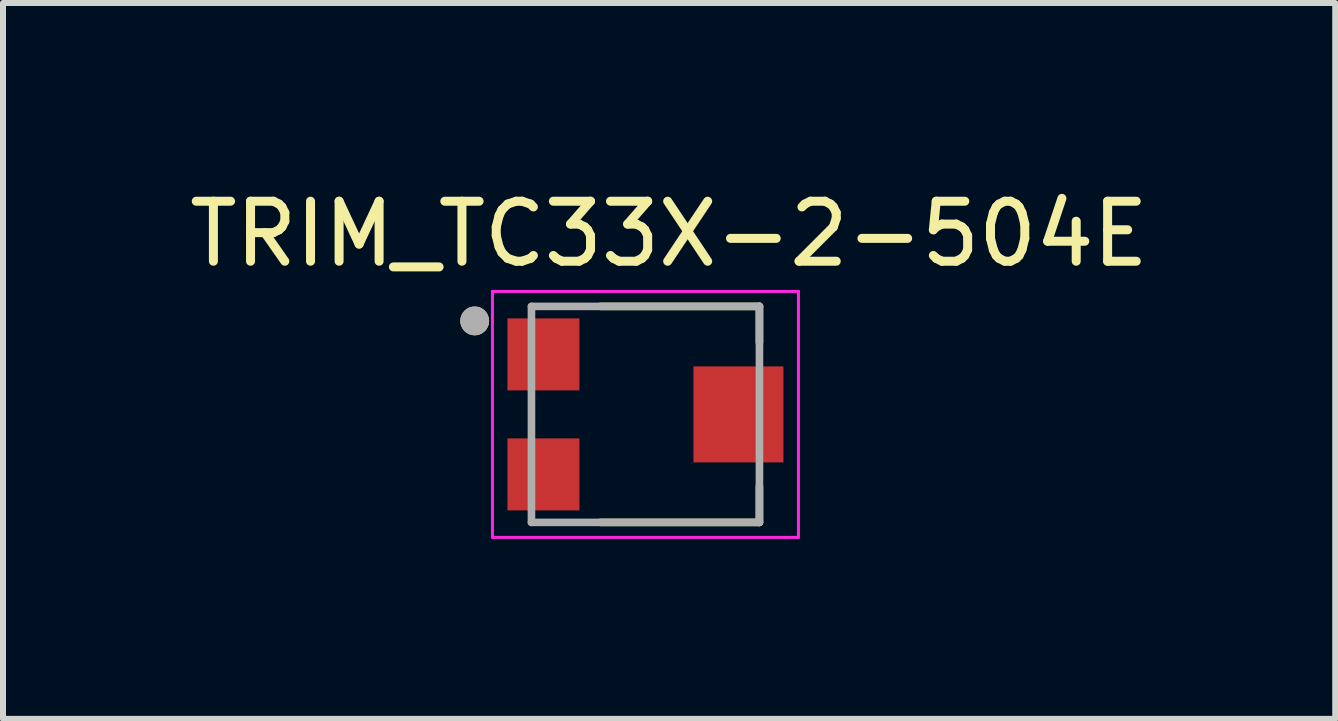
<source format=kicad_pcb>
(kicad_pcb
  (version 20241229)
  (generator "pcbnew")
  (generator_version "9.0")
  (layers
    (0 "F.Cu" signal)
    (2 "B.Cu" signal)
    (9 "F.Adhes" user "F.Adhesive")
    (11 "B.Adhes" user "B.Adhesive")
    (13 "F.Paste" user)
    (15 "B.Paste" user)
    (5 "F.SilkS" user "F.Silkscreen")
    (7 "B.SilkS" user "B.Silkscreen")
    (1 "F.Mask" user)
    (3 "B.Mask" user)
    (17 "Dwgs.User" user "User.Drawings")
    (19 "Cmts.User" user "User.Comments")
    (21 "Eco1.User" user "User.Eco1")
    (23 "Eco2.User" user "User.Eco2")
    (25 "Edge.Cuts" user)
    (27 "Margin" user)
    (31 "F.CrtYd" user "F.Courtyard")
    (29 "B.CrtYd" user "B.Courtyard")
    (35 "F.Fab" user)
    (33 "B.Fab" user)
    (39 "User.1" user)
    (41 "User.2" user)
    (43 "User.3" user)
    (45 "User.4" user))
  (footprint "TRIM_TC33X-2-504E"
    (layer "F.Cu")
    (at 7.808 3.857)
    (property "Reference" "TRIM_TC33X-2-504E" (at 0.294 -3.008 0) (layer "F.SilkS") (effects (font (size 1 1) (thickness 0.15))))
    (attr smd)
    (fp_line (start -0.85 -1.8) (end 1.8 -1.8) (stroke (width 0.127) (type solid)) (layer "F.SilkS"))
    (fp_line (start -0.85 1.8) (end 1.8 1.8) (stroke (width 0.127) (type solid)) (layer "F.SilkS"))
    (fp_line (start 1.8 -1.8) (end 1.8 -1.2) (stroke (width 0.127) (type solid)) (layer "F.SilkS"))
    (fp_line (start 1.8 1.8) (end 1.8 1.2) (stroke (width 0.127) (type solid)) (layer "F.SilkS"))
    (fp_circle (center -2.946 -1.558) (end -2.826 -1.558) (stroke (width 0.24) (type solid)) (fill no) (layer "F.SilkS"))
    (fp_line (start -2.65 -2.05) (end 2.45 -2.05) (stroke (width 0.05) (type solid)) (layer "F.CrtYd"))
    (fp_line (start -2.65 2.05) (end -2.65 -2.05) (stroke (width 0.05) (type solid)) (layer "F.CrtYd"))
    (fp_line (start 2.45 -2.05) (end 2.45 2.05) (stroke (width 0.05) (type solid)) (layer "F.CrtYd"))
    (fp_line (start 2.45 2.05) (end -2.65 2.05) (stroke (width 0.05) (type solid)) (layer "F.CrtYd"))
    (fp_line (start -2 -1.8) (end 1.8 -1.8) (stroke (width 0.127) (type solid)) (layer "F.Fab"))
    (fp_line (start -2 1.8) (end -2 -1.8) (stroke (width 0.127) (type solid)) (layer "F.Fab"))
    (fp_line (start 1.8 -1.8) (end 1.8 1.8) (stroke (width 0.127) (type solid)) (layer "F.Fab"))
    (fp_line (start 1.8 1.8) (end -2 1.8) (stroke (width 0.127) (type solid)) (layer "F.Fab"))
    (fp_circle (center -2.946 -1.558) (end -2.826 -1.558) (stroke (width 0.24) (type solid)) (fill no) (layer "F.Fab"))
    (pad "1" smd rect (at -1.8 -1) (size 1.2 1.2) (layers "F.Cu" "F.Mask" "F.Paste"))
    (pad "2" smd rect (at 1.45 0) (size 1.5 1.6) (layers "F.Cu" "F.Mask" "F.Paste"))
    (pad "3" smd rect (at -1.8 1) (size 1.2 1.2) (layers "F.Cu" "F.Mask" "F.Paste")))
  (gr_rect
    (start -3 -3)
    (end 19.205 8.932)
    (stroke (width 0.1) (type default))
    (fill no)
    (layer "Edge.Cuts")))
</source>
